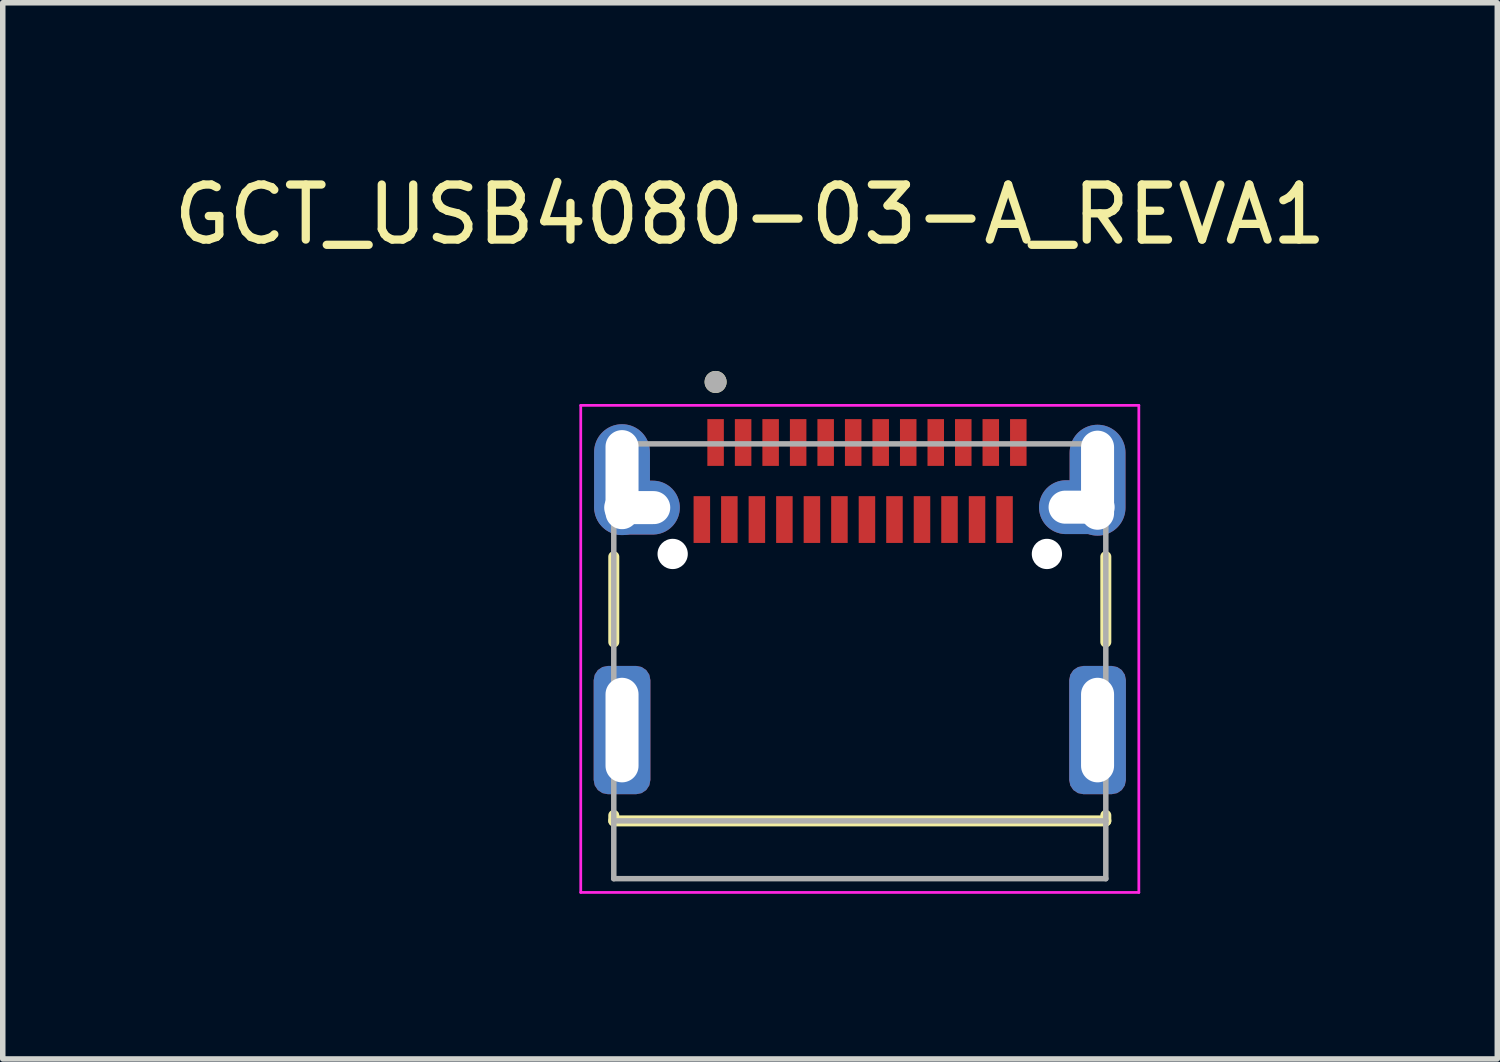
<source format=kicad_pcb>
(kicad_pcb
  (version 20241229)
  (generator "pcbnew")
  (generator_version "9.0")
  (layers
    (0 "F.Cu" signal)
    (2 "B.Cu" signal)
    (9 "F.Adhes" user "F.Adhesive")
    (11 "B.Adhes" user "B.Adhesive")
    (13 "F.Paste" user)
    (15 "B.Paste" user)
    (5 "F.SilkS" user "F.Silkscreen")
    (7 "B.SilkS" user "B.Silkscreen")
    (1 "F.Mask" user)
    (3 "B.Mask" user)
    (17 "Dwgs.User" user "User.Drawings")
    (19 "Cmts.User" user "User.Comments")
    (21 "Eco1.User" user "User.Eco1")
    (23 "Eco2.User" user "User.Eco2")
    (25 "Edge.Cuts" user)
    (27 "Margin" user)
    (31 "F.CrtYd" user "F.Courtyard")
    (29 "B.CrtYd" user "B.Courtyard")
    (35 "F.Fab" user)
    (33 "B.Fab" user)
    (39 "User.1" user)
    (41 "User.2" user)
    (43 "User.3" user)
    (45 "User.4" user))
  (footprint "GCT_USB4080-03-A_REVA1"
    (layer "F.Cu")
    (at 12.572 5.665)
    (property "Reference" "GCT_USB4080-03-A_REVA1" (at -1.995 -4.817 0) (layer "F.SilkS") (effects (font (size 1 1) (thickness 0.15))))
    (attr smd)
    (fp_poly (pts (xy -3.02 0.3) (xy -2.72 0.3) (xy -2.72 1.15) (xy -3.02 1.15)) (stroke (width 0.01) (type solid)) (fill yes) (layer "F.Mask"))
    (fp_poly (pts (xy -2.77 -1.1) (xy -2.47 -1.1) (xy -2.47 -0.25) (xy -2.77 -0.25)) (stroke (width 0.01) (type solid)) (fill yes) (layer "F.Mask"))
    (fp_poly (pts (xy -2.52 0.3) (xy -2.22 0.3) (xy -2.22 1.15) (xy -2.52 1.15)) (stroke (width 0.01) (type solid)) (fill yes) (layer "F.Mask"))
    (fp_poly (pts (xy -2.27 -1.1) (xy -1.97 -1.1) (xy -1.97 -0.25) (xy -2.27 -0.25)) (stroke (width 0.01) (type solid)) (fill yes) (layer "F.Mask"))
    (fp_poly (pts (xy -2.02 0.3) (xy -1.72 0.3) (xy -1.72 1.15) (xy -2.02 1.15)) (stroke (width 0.01) (type solid)) (fill yes) (layer "F.Mask"))
    (fp_poly (pts (xy -1.77 -1.1) (xy -1.47 -1.1) (xy -1.47 -0.25) (xy -1.77 -0.25)) (stroke (width 0.01) (type solid)) (fill yes) (layer "F.Mask"))
    (fp_poly (pts (xy -1.52 0.3) (xy -1.22 0.3) (xy -1.22 1.15) (xy -1.52 1.15)) (stroke (width 0.01) (type solid)) (fill yes) (layer "F.Mask"))
    (fp_poly (pts (xy -1.27 -1.1) (xy -0.97 -1.1) (xy -0.97 -0.25) (xy -1.27 -0.25)) (stroke (width 0.01) (type solid)) (fill yes) (layer "F.Mask"))
    (fp_poly (pts (xy -1.02 0.3) (xy -0.72 0.3) (xy -0.72 1.15) (xy -1.02 1.15)) (stroke (width 0.01) (type solid)) (fill yes) (layer "F.Mask"))
    (fp_poly (pts (xy -0.77 -1.1) (xy -0.47 -1.1) (xy -0.47 -0.25) (xy -0.77 -0.25)) (stroke (width 0.01) (type solid)) (fill yes) (layer "F.Mask"))
    (fp_poly (pts (xy -0.52 0.3) (xy -0.22 0.3) (xy -0.22 1.15) (xy -0.52 1.15)) (stroke (width 0.01) (type solid)) (fill yes) (layer "F.Mask"))
    (fp_poly (pts (xy -0.27 -1.1) (xy 0.03 -1.1) (xy 0.03 -0.25) (xy -0.27 -0.25)) (stroke (width 0.01) (type solid)) (fill yes) (layer "F.Mask"))
    (fp_poly (pts (xy -0.02 0.3) (xy 0.28 0.3) (xy 0.28 1.15) (xy -0.02 1.15)) (stroke (width 0.01) (type solid)) (fill yes) (layer "F.Mask"))
    (fp_poly (pts (xy 0.23 -1.1) (xy 0.53 -1.1) (xy 0.53 -0.25) (xy 0.23 -0.25)) (stroke (width 0.01) (type solid)) (fill yes) (layer "F.Mask"))
    (fp_poly (pts (xy 0.48 0.3) (xy 0.78 0.3) (xy 0.78 1.15) (xy 0.48 1.15)) (stroke (width 0.01) (type solid)) (fill yes) (layer "F.Mask"))
    (fp_poly (pts (xy 0.73 -1.1) (xy 1.03 -1.1) (xy 1.03 -0.25) (xy 0.73 -0.25)) (stroke (width 0.01) (type solid)) (fill yes) (layer "F.Mask"))
    (fp_poly (pts (xy 0.98 0.3) (xy 1.28 0.3) (xy 1.28 1.15) (xy 0.98 1.15)) (stroke (width 0.01) (type solid)) (fill yes) (layer "F.Mask"))
    (fp_poly (pts (xy 1.23 -1.1) (xy 1.53 -1.1) (xy 1.53 -0.25) (xy 1.23 -0.25)) (stroke (width 0.01) (type solid)) (fill yes) (layer "F.Mask"))
    (fp_poly (pts (xy 1.48 0.3) (xy 1.78 0.3) (xy 1.78 1.15) (xy 1.48 1.15)) (stroke (width 0.01) (type solid)) (fill yes) (layer "F.Mask"))
    (fp_poly (pts (xy 1.73 -1.1) (xy 2.03 -1.1) (xy 2.03 -0.25) (xy 1.73 -0.25)) (stroke (width 0.01) (type solid)) (fill yes) (layer "F.Mask"))
    (fp_poly (pts (xy 1.98 0.3) (xy 2.28 0.3) (xy 2.28 1.15) (xy 1.98 1.15)) (stroke (width 0.01) (type solid)) (fill yes) (layer "F.Mask"))
    (fp_poly (pts (xy 2.23 -1.1) (xy 2.53 -1.1) (xy 2.53 -0.25) (xy 2.23 -0.25)) (stroke (width 0.01) (type solid)) (fill yes) (layer "F.Mask"))
    (fp_poly (pts (xy 2.48 0.3) (xy 2.78 0.3) (xy 2.78 1.15) (xy 2.48 1.15)) (stroke (width 0.01) (type solid)) (fill yes) (layer "F.Mask"))
    (fp_poly (pts (xy 2.73 -1.1) (xy 3.03 -1.1) (xy 3.03 -0.25) (xy 2.73 -0.25)) (stroke (width 0.01) (type solid)) (fill yes) (layer "F.Mask"))
    (fp_line (start -4.47 1.4) (end -4.47 2.95) (stroke (width 0.2) (type solid)) (layer "F.SilkS"))
    (fp_line (start -4.47 6.2) (end -4.47 6.1) (stroke (width 0.2) (type solid)) (layer "F.SilkS"))
    (fp_line (start -4.47 6.2) (end 4.47 6.2) (stroke (width 0.2) (type solid)) (layer "F.SilkS"))
    (fp_line (start 4.47 1.4) (end 4.47 2.95) (stroke (width 0.2) (type solid)) (layer "F.SilkS"))
    (fp_line (start 4.47 6.2) (end 4.47 6.1) (stroke (width 0.2) (type solid)) (layer "F.SilkS"))
    (fp_circle (center -2.62 -1.775) (end -2.52 -1.775) (stroke (width 0.2) (type solid)) (fill no) (layer "F.SilkS"))
    (fp_line (start -5.07 -1.35) (end -5.07 7.5) (stroke (width 0.05) (type solid)) (layer "F.CrtYd"))
    (fp_line (start -5.07 7.5) (end 5.07 7.5) (stroke (width 0.05) (type solid)) (layer "F.CrtYd"))
    (fp_line (start 5.07 -1.35) (end -5.07 -1.35) (stroke (width 0.05) (type solid)) (layer "F.CrtYd"))
    (fp_line (start 5.07 7.5) (end 5.07 -1.35) (stroke (width 0.05) (type solid)) (layer "F.CrtYd"))
    (fp_line (start -4.47 -0.65) (end -4.47 6.2) (stroke (width 0.1) (type solid)) (layer "F.Fab"))
    (fp_line (start -4.47 6.2) (end -4.47 7.25) (stroke (width 0.1) (type solid)) (layer "F.Fab"))
    (fp_line (start -4.47 6.2) (end 4.47 6.2) (stroke (width 0.1) (type solid)) (layer "F.Fab"))
    (fp_line (start -4.47 7.25) (end 4.47 7.25) (stroke (width 0.1) (type solid)) (layer "F.Fab"))
    (fp_line (start 4.47 -0.65) (end -4.47 -0.65) (stroke (width 0.1) (type solid)) (layer "F.Fab"))
    (fp_line (start 4.47 6.2) (end 4.47 -0.65) (stroke (width 0.1) (type solid)) (layer "F.Fab"))
    (fp_line (start 4.47 7.25) (end 4.47 6.2) (stroke (width 0.1) (type solid)) (layer "F.Fab"))
    (fp_circle (center -2.62 -1.775) (end -2.52 -1.775) (stroke (width 0.2) (type solid)) (fill no) (layer "F.Fab"))
    (pad "" np_thru_hole circle (at -3.4 1.35) (size 0.55 0.55) (drill 0.55) (layers "*.Cu" "*.Mask"))
    (pad "" np_thru_hole circle (at 3.4 1.35) (size 0.55 0.55) (drill 0.55) (layers "*.Cu" "*.Mask"))
    (pad "A1" smd rect (at -2.62 -0.675) (size 0.3 0.85) (layers "F.Cu" "F.Paste"))
    (pad "A2" smd rect (at -2.12 -0.675) (size 0.3 0.85) (layers "F.Cu" "F.Paste"))
    (pad "A3" smd rect (at -1.62 -0.675) (size 0.3 0.85) (layers "F.Cu" "F.Paste"))
    (pad "A4" smd rect (at -1.12 -0.675) (size 0.3 0.85) (layers "F.Cu" "F.Paste"))
    (pad "A5" smd rect (at -0.62 -0.675) (size 0.3 0.85) (layers "F.Cu" "F.Paste"))
    (pad "A6" smd rect (at -0.12 -0.675) (size 0.3 0.85) (layers "F.Cu" "F.Paste"))
    (pad "A7" smd rect (at 0.38 -0.675) (size 0.3 0.85) (layers "F.Cu" "F.Paste"))
    (pad "A8" smd rect (at 0.88 -0.675) (size 0.3 0.85) (layers "F.Cu" "F.Paste"))
    (pad "A9" smd rect (at 1.38 -0.675) (size 0.3 0.85) (layers "F.Cu" "F.Paste"))
    (pad "A10" smd rect (at 1.88 -0.675) (size 0.3 0.85) (layers "F.Cu" "F.Paste"))
    (pad "A11" smd rect (at 2.38 -0.675) (size 0.3 0.85) (layers "F.Cu" "F.Paste"))
    (pad "A12" smd rect (at 2.88 -0.675) (size 0.3 0.85) (layers "F.Cu" "F.Paste"))
    (pad "B1" smd rect (at 2.63 0.725) (size 0.3 0.85) (layers "F.Cu" "F.Paste"))
    (pad "B2" smd rect (at 2.13 0.725) (size 0.3 0.85) (layers "F.Cu" "F.Paste"))
    (pad "B3" smd rect (at 1.63 0.725) (size 0.3 0.85) (layers "F.Cu" "F.Paste"))
    (pad "B4" smd rect (at 1.13 0.725) (size 0.3 0.85) (layers "F.Cu" "F.Paste"))
    (pad "B5" smd rect (at 0.63 0.725) (size 0.3 0.85) (layers "F.Cu" "F.Paste"))
    (pad "B6" smd rect (at 0.13 0.725) (size 0.3 0.85) (layers "F.Cu" "F.Paste"))
    (pad "B7" smd rect (at -0.37 0.725) (size 0.3 0.85) (layers "F.Cu" "F.Paste"))
    (pad "B8" smd rect (at -0.87 0.725) (size 0.3 0.85) (layers "F.Cu" "F.Paste"))
    (pad "B9" smd rect (at -1.37 0.725) (size 0.3 0.85) (layers "F.Cu" "F.Paste"))
    (pad "B10" smd rect (at -1.87 0.725) (size 0.3 0.85) (layers "F.Cu" "F.Paste"))
    (pad "B11" smd rect (at -2.37 0.725) (size 0.3 0.85) (layers "F.Cu" "F.Paste"))
    (pad "B12" smd rect (at -2.87 0.725) (size 0.3 0.85) (layers "F.Cu" "F.Paste"))
    (pad "S1" thru_hole oval (at -4.32 0 90) (size 2.015 1.015) (drill oval 1.8 0.6) (layers "*.Cu" "*.Mask"))
    (pad "S1" thru_hole roundrect (at -4.32 4.55 90) (size 2.33 1.03) (drill oval 1.9 0.6) (layers "*.Cu" "*.Mask") (roundrect_rratio 0.25))
    (pad "S1" thru_hole oval (at -4.044 0.508 180) (size 1.548 0.978) (drill oval 1.2 0.6) (layers "*.Cu" "*.Mask"))
    (pad "S1" thru_hole oval (at 4.03 0.5 180) (size 1.548 0.978) (drill oval 1.2 0.6) (layers "*.Cu" "*.Mask"))
    (pad "S1" thru_hole oval (at 4.32 0.01 90) (size 2.015 1.015) (drill oval 1.8 0.6) (layers "*.Cu" "*.Mask"))
    (pad "S1" thru_hole roundrect (at 4.32 4.55 90) (size 2.33 1.03) (drill oval 1.9 0.6) (layers "*.Cu" "*.Mask") (roundrect_rratio 0.25)))
  (gr_rect
    (start -3 -3)
    (end 24.155 16.19)
    (stroke (width 0.1) (type default))
    (fill no)
    (layer "Edge.Cuts")))
</source>
